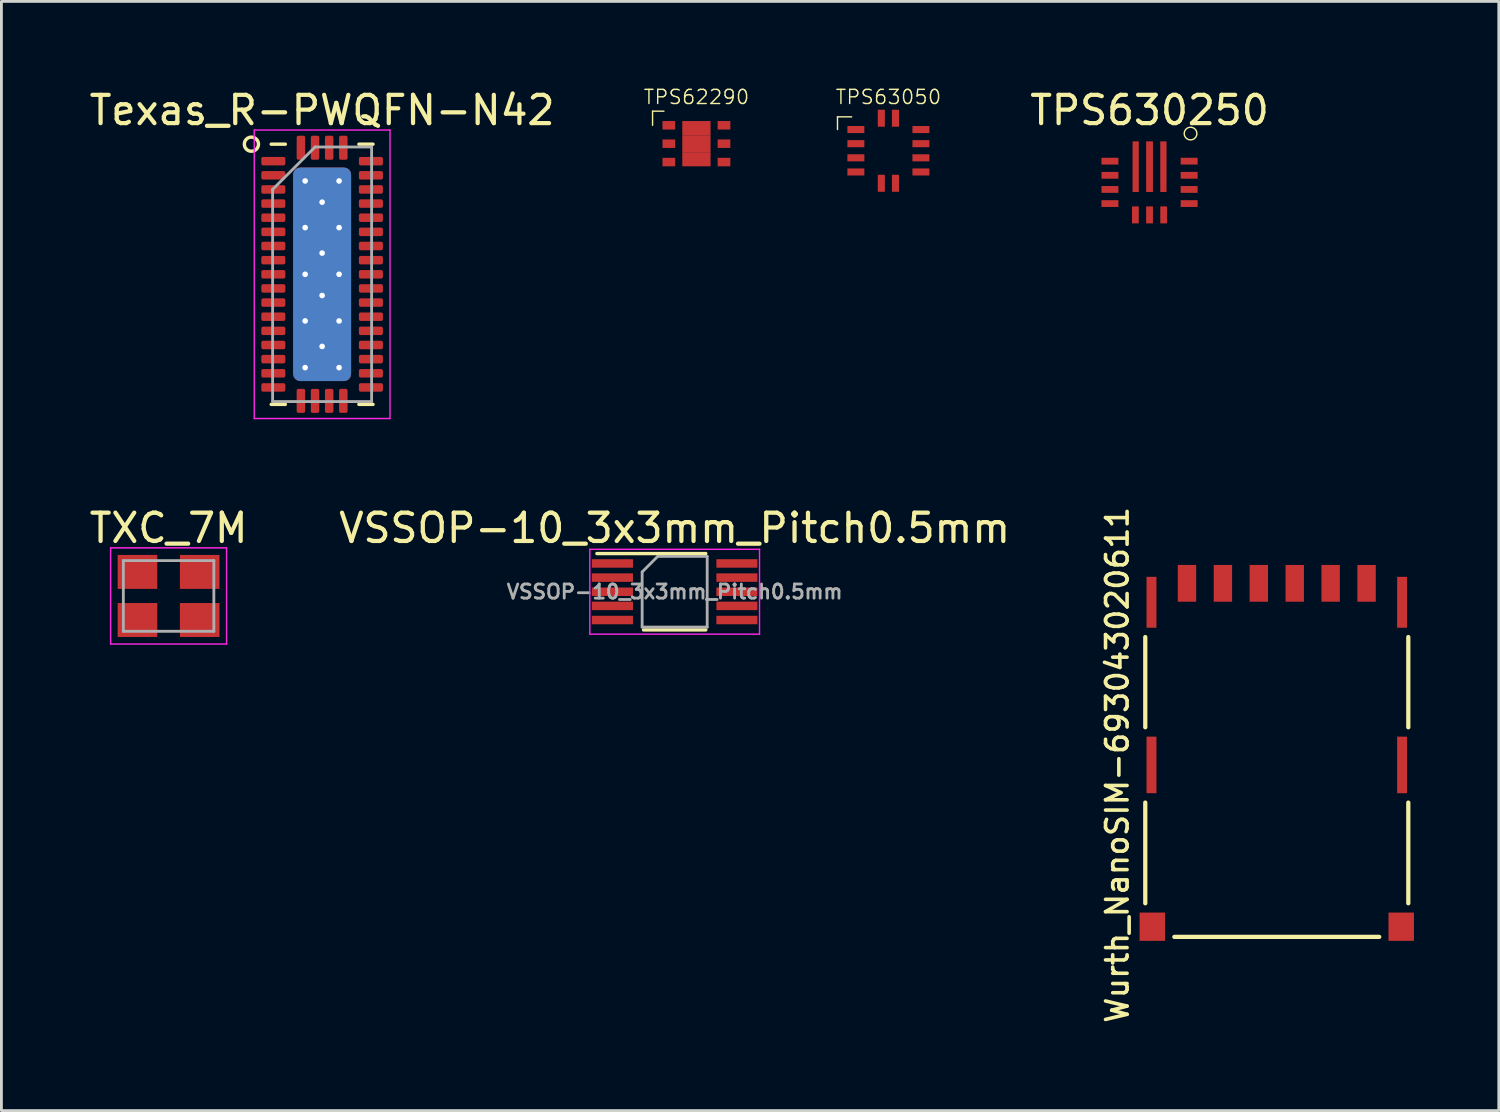
<source format=kicad_pcb>
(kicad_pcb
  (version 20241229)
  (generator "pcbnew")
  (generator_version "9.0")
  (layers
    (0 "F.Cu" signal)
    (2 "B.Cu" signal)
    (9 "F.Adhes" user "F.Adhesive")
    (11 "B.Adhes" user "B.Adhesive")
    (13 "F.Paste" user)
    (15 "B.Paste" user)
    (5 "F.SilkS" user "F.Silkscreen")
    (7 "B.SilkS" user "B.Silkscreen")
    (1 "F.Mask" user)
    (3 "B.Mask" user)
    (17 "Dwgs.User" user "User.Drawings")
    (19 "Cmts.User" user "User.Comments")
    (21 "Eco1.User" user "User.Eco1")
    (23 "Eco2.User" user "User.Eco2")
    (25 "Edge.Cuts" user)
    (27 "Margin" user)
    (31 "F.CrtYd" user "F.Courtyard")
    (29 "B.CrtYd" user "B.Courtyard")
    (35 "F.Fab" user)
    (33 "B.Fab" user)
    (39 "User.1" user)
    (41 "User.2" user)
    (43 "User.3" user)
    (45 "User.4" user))
  (footprint "VSSOP-10_3x3mm_Pitch0.5mm"
    (layer "F.Cu")
    (at 20.804 17.872)
    (property "Reference" "VSSOP-10_3x3mm_Pitch0.5mm" (at 0 -2.25 0) (layer "F.SilkS") (effects (font (size 1 1) (thickness 0.15))))
    (attr smd)
    (fp_line (start 1.1 -1.35) (end -2.75 -1.35) (stroke (width 0.12) (type solid)) (layer "F.SilkS"))
    (fp_line (start 1.1 1.35) (end -1.1 1.35) (stroke (width 0.12) (type solid)) (layer "F.SilkS"))
    (fp_line (start -3 -1.5) (end 3 -1.5) (stroke (width 0.05) (type solid)) (layer "F.CrtYd"))
    (fp_line (start -3 1.5) (end -3 -1.5) (stroke (width 0.05) (type solid)) (layer "F.CrtYd"))
    (fp_line (start 3 -1.5) (end 3 1.5) (stroke (width 0.05) (type solid)) (layer "F.CrtYd"))
    (fp_line (start 3 1.5) (end -3 1.5) (stroke (width 0.05) (type solid)) (layer "F.CrtYd"))
    (fp_line (start -1.15 1.25) (end -1.15 -0.7) (stroke (width 0.1) (type solid)) (layer "F.Fab"))
    (fp_line (start -0.6 -1.25) (end -1.15 -0.7) (stroke (width 0.1) (type solid)) (layer "F.Fab"))
    (fp_line (start -0.6 -1.25) (end 1.15 -1.25) (stroke (width 0.1) (type solid)) (layer "F.Fab"))
    (fp_line (start 1.15 -1.25) (end 1.15 1.25) (stroke (width 0.1) (type solid)) (layer "F.Fab"))
    (fp_line (start 1.15 1.25) (end -1.15 1.25) (stroke (width 0.1) (type solid)) (layer "F.Fab"))
    (fp_text user "${REFERENCE}" (at 0 0 0) (layer "F.Fab") (effects (font (size 0.5 0.5) (thickness 0.1))))
    (pad "1" smd rect (at -2.2 -1) (size 1.45 0.3) (layers "F.Cu" "F.Mask" "F.Paste"))
    (pad "2" smd rect (at -2.2 -0.5) (size 1.45 0.3) (layers "F.Cu" "F.Mask" "F.Paste"))
    (pad "3" smd rect (at -2.2 0) (size 1.45 0.3) (layers "F.Cu" "F.Mask" "F.Paste"))
    (pad "4" smd rect (at -2.2 0.5) (size 1.45 0.3) (layers "F.Cu" "F.Mask" "F.Paste"))
    (pad "5" smd rect (at -2.2 1) (size 1.45 0.3) (layers "F.Cu" "F.Mask" "F.Paste"))
    (pad "6" smd rect (at 2.2 1) (size 1.45 0.3) (layers "F.Cu" "F.Mask" "F.Paste"))
    (pad "7" smd rect (at 2.2 0.5) (size 1.45 0.3) (layers "F.Cu" "F.Mask" "F.Paste"))
    (pad "8" smd rect (at 2.2 0) (size 1.45 0.3) (layers "F.Cu" "F.Mask" "F.Paste"))
    (pad "9" smd rect (at 2.2 -0.5) (size 1.45 0.3) (layers "F.Cu" "F.Mask" "F.Paste"))
    (pad "10" smd rect (at 2.2 -1) (size 1.45 0.3) (layers "F.Cu" "F.Mask" "F.Paste")))
  (footprint "TPS63050"
    (layer "F.Cu")
    (at 28.361 2.28)
    (property "Reference" "TPS63050" (at 0 -1.9 0) (layer "F.SilkS") (effects (font (size 0.5 0.5) (thickness 0.05))))
    (attr through_hole)
    (fp_line (start -1.8 -1.2) (end -1.3 -1.2) (stroke (width 0.05) (type solid)) (layer "F.SilkS"))
    (fp_line (start -1.8 -0.75) (end -1.8 -1.2) (stroke (width 0.05) (type solid)) (layer "F.SilkS"))
    (pad "1" smd rect (at -1.15 -0.75) (size 0.6 0.25) (layers "F.Cu" "F.Mask" "F.Paste"))
    (pad "2" smd rect (at -1.15 -0.25) (size 0.6 0.25) (layers "F.Cu" "F.Mask" "F.Paste"))
    (pad "3" smd rect (at -1.15 0.25) (size 0.6 0.25) (layers "F.Cu" "F.Mask" "F.Paste"))
    (pad "4" smd rect (at -1.15 0.75) (size 0.6 0.25) (layers "F.Cu" "F.Mask" "F.Paste"))
    (pad "5" smd rect (at -0.25 1.15) (size 0.25 0.6) (layers "F.Cu" "F.Mask" "F.Paste"))
    (pad "6" smd rect (at 0.25 1.15) (size 0.25 0.6) (layers "F.Cu" "F.Mask" "F.Paste"))
    (pad "7" smd rect (at 1.15 0.75) (size 0.6 0.25) (layers "F.Cu" "F.Mask" "F.Paste"))
    (pad "8" smd rect (at 1.15 0.25) (size 0.6 0.25) (layers "F.Cu" "F.Mask" "F.Paste"))
    (pad "9" smd rect (at 1.15 -0.25) (size 0.6 0.25) (layers "F.Cu" "F.Mask" "F.Paste"))
    (pad "10" smd rect (at 1.15 -0.75) (size 0.6 0.25) (layers "F.Cu" "F.Mask" "F.Paste"))
    (pad "11" smd rect (at 0.25 -1.15) (size 0.25 0.6) (layers "F.Cu" "F.Mask" "F.Paste"))
    (pad "12" smd rect (at -0.25 -1.15) (size 0.25 0.6) (layers "F.Cu" "F.Mask" "F.Paste")))
  (footprint "Wurth_NanoSIM-693043020611"
    (layer "F.Cu")
    (at 42.093 23.995)
    (property "Reference" "Wurth_NanoSIM-693043020611" (at -5.639 0 90) (layer "F.SilkS") (effects (font (size 0.762 0.762) (thickness 0.127))))
    (attr through_hole)
    (fp_line (start -4.65 -1.331) (end -4.65 -4.521) (stroke (width 0.15) (type solid)) (layer "F.SilkS"))
    (fp_line (start -4.65 4.892) (end -4.65 1.331) (stroke (width 0.15) (type solid)) (layer "F.SilkS"))
    (fp_line (start -3.622 6.08) (end 3.622 6.08) (stroke (width 0.15) (type solid)) (layer "F.SilkS"))
    (fp_line (start 4.65 -1.331) (end 4.65 -4.521) (stroke (width 0.15) (type solid)) (layer "F.SilkS"))
    (fp_line (start 4.65 4.892) (end 4.65 1.331) (stroke (width 0.15) (type solid)) (layer "F.SilkS"))
    (pad "0" smd rect (at -4.43 -5.75) (size 0.35 1.8) (layers "F.Cu" "F.Mask" "F.Paste"))
    (pad "0" smd rect (at -4.43 0) (size 0.35 2) (layers "F.Cu" "F.Mask" "F.Paste"))
    (pad "0" smd rect (at -4.4 5.72) (size 0.9 1) (layers "F.Cu" "F.Mask" "F.Paste"))
    (pad "0" smd rect (at 4.4 5.72) (size 0.9 1) (layers "F.Cu" "F.Mask" "F.Paste"))
    (pad "0" smd rect (at 4.43 -5.75) (size 0.35 1.8) (layers "F.Cu" "F.Mask" "F.Paste"))
    (pad "0" smd rect (at 4.43 0) (size 0.35 2) (layers "F.Cu" "F.Mask" "F.Paste"))
    (pad "1" smd rect (at -1.905 -6.42) (size 0.65 1.3) (layers "F.Cu" "F.Mask" "F.Paste"))
    (pad "2" smd rect (at 0.635 -6.42) (size 0.65 1.3) (layers "F.Cu" "F.Mask" "F.Paste"))
    (pad "3" smd rect (at 1.905 -6.42) (size 0.65 1.3) (layers "F.Cu" "F.Mask" "F.Paste"))
    (pad "5" smd rect (at -3.175 -6.42) (size 0.65 1.3) (layers "F.Cu" "F.Mask" "F.Paste"))
    (pad "6" smd rect (at -0.635 -6.42) (size 0.65 1.3) (layers "F.Cu" "F.Mask" "F.Paste"))
    (pad "7" smd rect (at 3.175 -6.42) (size 0.65 1.3) (layers "F.Cu" "F.Mask" "F.Paste")))
  (footprint "TXC_7M"
    (layer "F.Cu")
    (at 2.911 18.021)
    (property "Reference" "TXC_7M" (at 0 -2.4 0) (layer "F.SilkS") (effects (font (size 1 1) (thickness 0.15))))
    (attr through_hole)
    (fp_line (start -2.05 -1.7) (end 2.05 -1.7) (stroke (width 0.05) (type solid)) (layer "F.CrtYd"))
    (fp_line (start -2.05 1.7) (end -2.05 -1.7) (stroke (width 0.05) (type solid)) (layer "F.CrtYd"))
    (fp_line (start 2.05 -1.7) (end 2.05 1.7) (stroke (width 0.05) (type solid)) (layer "F.CrtYd"))
    (fp_line (start 2.05 1.7) (end -2.05 1.7) (stroke (width 0.05) (type solid)) (layer "F.CrtYd"))
    (fp_line (start -1.6 -1.25) (end -1.6 1.25) (stroke (width 0.1) (type solid)) (layer "F.Fab"))
    (fp_line (start -1.6 1.25) (end 1.6 1.25) (stroke (width 0.1) (type solid)) (layer "F.Fab"))
    (fp_line (start 1.6 -1.25) (end -1.6 -1.25) (stroke (width 0.1) (type solid)) (layer "F.Fab"))
    (fp_line (start 1.6 1.25) (end 1.6 -1.25) (stroke (width 0.1) (type solid)) (layer "F.Fab"))
    (pad "1" smd rect (at -1.1 0.85) (size 1.4 1.2) (layers "F.Cu" "F.Mask" "F.Paste"))
    (pad "2" smd rect (at 1.1 -0.85) (size 1.4 1.2) (layers "F.Cu" "F.Mask" "F.Paste"))
    (pad "3" smd rect (at -1.1 -0.85) (size 1.4 1.2) (layers "F.Cu" "F.Mask" "F.Paste"))
    (pad "3" smd rect (at 1.1 0.85) (size 1.4 1.2) (layers "F.Cu" "F.Mask" "F.Paste")))
  (footprint "Texas_R-PWQFN-N42"
    (layer "F.Cu")
    (at 8.339 6.648)
    (property "Reference" "Texas_R-PWQFN-N42" (at 0 -5.8 0) (layer "F.SilkS") (effects (font (size 1 1) (thickness 0.15))))
    (attr through_hole)
    (fp_line (start -1.8 -4.6) (end -1.3 -4.6) (stroke (width 0.12) (type solid)) (layer "F.SilkS"))
    (fp_line (start -1.8 4.6) (end -1.3 4.6) (stroke (width 0.12) (type solid)) (layer "F.SilkS"))
    (fp_line (start 1.3 4.6) (end 1.8 4.6) (stroke (width 0.12) (type solid)) (layer "F.SilkS"))
    (fp_line (start 1.8 -4.6) (end 1.3 -4.6) (stroke (width 0.12) (type solid)) (layer "F.SilkS"))
    (fp_circle (center -2.5 -4.6) (end -2.25 -4.6) (stroke (width 0.12) (type solid)) (fill no) (layer "F.SilkS"))
    (fp_line (start -2.4 -5.1) (end -2.4 5.1) (stroke (width 0.05) (type solid)) (layer "F.CrtYd"))
    (fp_line (start -2.4 5.1) (end 2.4 5.1) (stroke (width 0.05) (type solid)) (layer "F.CrtYd"))
    (fp_line (start 2.4 -5.1) (end -2.4 -5.1) (stroke (width 0.05) (type solid)) (layer "F.CrtYd"))
    (fp_line (start 2.4 5.1) (end 2.4 -5.1) (stroke (width 0.05) (type solid)) (layer "F.CrtYd"))
    (fp_line (start -1.75 -3) (end -1.75 4.5) (stroke (width 0.1) (type solid)) (layer "F.Fab"))
    (fp_line (start -1.75 4.5) (end 1.75 4.5) (stroke (width 0.1) (type solid)) (layer "F.Fab"))
    (fp_line (start -0.25 -4.5) (end -1.75 -3) (stroke (width 0.1) (type solid)) (layer "F.Fab"))
    (fp_line (start 1.75 -4.5) (end -0.25 -4.5) (stroke (width 0.1) (type solid)) (layer "F.Fab"))
    (fp_line (start 1.75 4.5) (end 1.75 -4.5) (stroke (width 0.1) (type solid)) (layer "F.Fab"))
    (pad "" smd roundrect (at -0.525 -3.125) (size 0.8 1) (layers "F.Paste") (roundrect_rratio 0.25))
    (pad "" smd roundrect (at -0.525 -1.875) (size 0.8 1) (layers "F.Paste") (roundrect_rratio 0.25))
    (pad "" smd roundrect (at -0.525 -0.625) (size 0.8 1) (layers "F.Paste") (roundrect_rratio 0.25))
    (pad "" smd roundrect (at -0.525 0.625) (size 0.8 1) (layers "F.Paste") (roundrect_rratio 0.25))
    (pad "" smd roundrect (at -0.525 1.875) (size 0.8 1) (layers "F.Paste") (roundrect_rratio 0.25))
    (pad "" smd roundrect (at -0.525 3.125) (size 0.8 1) (layers "F.Paste") (roundrect_rratio 0.25))
    (pad "" smd roundrect (at 0.525 -3.125) (size 0.8 1) (layers "F.Paste") (roundrect_rratio 0.25))
    (pad "" smd roundrect (at 0.525 -1.875) (size 0.8 1) (layers "F.Paste") (roundrect_rratio 0.25))
    (pad "" smd roundrect (at 0.525 -0.625) (size 0.8 1) (layers "F.Paste") (roundrect_rratio 0.25))
    (pad "" smd roundrect (at 0.525 0.625) (size 0.8 1) (layers "F.Paste") (roundrect_rratio 0.25))
    (pad "" smd roundrect (at 0.525 1.875) (size 0.8 1) (layers "F.Paste") (roundrect_rratio 0.25))
    (pad "" smd roundrect (at 0.525 3.125) (size 0.8 1) (layers "F.Paste") (roundrect_rratio 0.25))
    (pad "1" smd roundrect (at -1.725 -4) (size 0.85 0.3) (layers "F.Cu" "F.Mask" "F.Paste") (roundrect_rratio 0.208))
    (pad "2" smd roundrect (at -1.725 -3.5) (size 0.85 0.3) (layers "F.Cu" "F.Mask" "F.Paste") (roundrect_rratio 0.208))
    (pad "3" smd roundrect (at -1.725 -3) (size 0.85 0.3) (layers "F.Cu" "F.Mask" "F.Paste") (roundrect_rratio 0.208))
    (pad "4" smd roundrect (at -1.725 -2.5) (size 0.85 0.3) (layers "F.Cu" "F.Mask" "F.Paste") (roundrect_rratio 0.208))
    (pad "5" smd roundrect (at -1.725 -2) (size 0.85 0.3) (layers "F.Cu" "F.Mask" "F.Paste") (roundrect_rratio 0.208))
    (pad "6" smd roundrect (at -1.725 -1.5) (size 0.85 0.3) (layers "F.Cu" "F.Mask" "F.Paste") (roundrect_rratio 0.208))
    (pad "7" smd roundrect (at -1.725 -1) (size 0.85 0.3) (layers "F.Cu" "F.Mask" "F.Paste") (roundrect_rratio 0.208))
    (pad "8" smd roundrect (at -1.725 -0.5) (size 0.85 0.3) (layers "F.Cu" "F.Mask" "F.Paste") (roundrect_rratio 0.208))
    (pad "9" smd roundrect (at -1.725 0) (size 0.85 0.3) (layers "F.Cu" "F.Mask" "F.Paste") (roundrect_rratio 0.208))
    (pad "10" smd roundrect (at -1.725 0.5) (size 0.85 0.3) (layers "F.Cu" "F.Mask" "F.Paste") (roundrect_rratio 0.208))
    (pad "11" smd roundrect (at -1.725 1) (size 0.85 0.3) (layers "F.Cu" "F.Mask" "F.Paste") (roundrect_rratio 0.208))
    (pad "12" smd roundrect (at -1.725 1.5) (size 0.85 0.3) (layers "F.Cu" "F.Mask" "F.Paste") (roundrect_rratio 0.208))
    (pad "13" smd roundrect (at -1.725 2) (size 0.85 0.3) (layers "F.Cu" "F.Mask" "F.Paste") (roundrect_rratio 0.208))
    (pad "14" smd roundrect (at -1.725 2.5) (size 0.85 0.3) (layers "F.Cu" "F.Mask" "F.Paste") (roundrect_rratio 0.208))
    (pad "15" smd roundrect (at -1.725 3) (size 0.85 0.3) (layers "F.Cu" "F.Mask" "F.Paste") (roundrect_rratio 0.208))
    (pad "16" smd roundrect (at -1.725 3.5) (size 0.85 0.3) (layers "F.Cu" "F.Mask" "F.Paste") (roundrect_rratio 0.208))
    (pad "17" smd roundrect (at -1.725 4) (size 0.85 0.3) (layers "F.Cu" "F.Mask" "F.Paste") (roundrect_rratio 0.208))
    (pad "18" smd roundrect (at -0.75 4.475) (size 0.3 0.85) (layers "F.Cu" "F.Mask" "F.Paste") (roundrect_rratio 0.208))
    (pad "19" smd roundrect (at -0.25 4.475) (size 0.3 0.85) (layers "F.Cu" "F.Mask" "F.Paste") (roundrect_rratio 0.208))
    (pad "20" smd roundrect (at 0.25 4.475) (size 0.3 0.85) (layers "F.Cu" "F.Mask" "F.Paste") (roundrect_rratio 0.208))
    (pad "21" smd roundrect (at 0.75 4.475) (size 0.3 0.85) (layers "F.Cu" "F.Mask" "F.Paste") (roundrect_rratio 0.208))
    (pad "22" smd roundrect (at 1.725 4) (size 0.85 0.3) (layers "F.Cu" "F.Mask" "F.Paste") (roundrect_rratio 0.208))
    (pad "23" smd roundrect (at 1.725 3.5) (size 0.85 0.3) (layers "F.Cu" "F.Mask" "F.Paste") (roundrect_rratio 0.208))
    (pad "24" smd roundrect (at 1.725 3) (size 0.85 0.3) (layers "F.Cu" "F.Mask" "F.Paste") (roundrect_rratio 0.208))
    (pad "25" smd roundrect (at 1.725 2.5) (size 0.85 0.3) (layers "F.Cu" "F.Mask" "F.Paste") (roundrect_rratio 0.208))
    (pad "26" smd roundrect (at 1.725 2) (size 0.85 0.3) (layers "F.Cu" "F.Mask" "F.Paste") (roundrect_rratio 0.208))
    (pad "27" smd roundrect (at 1.725 1.5) (size 0.85 0.3) (layers "F.Cu" "F.Mask" "F.Paste") (roundrect_rratio 0.208))
    (pad "28" smd roundrect (at 1.725 1) (size 0.85 0.3) (layers "F.Cu" "F.Mask" "F.Paste") (roundrect_rratio 0.208))
    (pad "29" smd roundrect (at 1.725 0.5) (size 0.85 0.3) (layers "F.Cu" "F.Mask" "F.Paste") (roundrect_rratio 0.208))
    (pad "30" smd roundrect (at 1.725 0) (size 0.85 0.3) (layers "F.Cu" "F.Mask" "F.Paste") (roundrect_rratio 0.208))
    (pad "31" smd roundrect (at 1.725 -0.5) (size 0.85 0.3) (layers "F.Cu" "F.Mask" "F.Paste") (roundrect_rratio 0.208))
    (pad "32" smd roundrect (at 1.725 -1) (size 0.85 0.3) (layers "F.Cu" "F.Mask" "F.Paste") (roundrect_rratio 0.208))
    (pad "33" smd roundrect (at 1.725 -1.5) (size 0.85 0.3) (layers "F.Cu" "F.Mask" "F.Paste") (roundrect_rratio 0.208))
    (pad "34" smd roundrect (at 1.725 -2) (size 0.85 0.3) (layers "F.Cu" "F.Mask" "F.Paste") (roundrect_rratio 0.208))
    (pad "35" smd roundrect (at 1.725 -2.5) (size 0.85 0.3) (layers "F.Cu" "F.Mask" "F.Paste") (roundrect_rratio 0.208))
    (pad "36" smd roundrect (at 1.725 -3) (size 0.85 0.3) (layers "F.Cu" "F.Mask" "F.Paste") (roundrect_rratio 0.208))
    (pad "37" smd roundrect (at 1.725 -3.5) (size 0.85 0.3) (layers "F.Cu" "F.Mask" "F.Paste") (roundrect_rratio 0.208))
    (pad "38" smd roundrect (at 1.725 -4) (size 0.85 0.3) (layers "F.Cu" "F.Mask" "F.Paste") (roundrect_rratio 0.208))
    (pad "39" smd roundrect (at 0.75 -4.475) (size 0.3 0.85) (layers "F.Cu" "F.Mask" "F.Paste") (roundrect_rratio 0.208))
    (pad "40" smd roundrect (at 0.25 -4.475) (size 0.3 0.85) (layers "F.Cu" "F.Mask" "F.Paste") (roundrect_rratio 0.208))
    (pad "41" smd roundrect (at -0.25 -4.475) (size 0.3 0.85) (layers "F.Cu" "F.Mask" "F.Paste") (roundrect_rratio 0.208))
    (pad "42" smd roundrect (at -0.75 -4.475) (size 0.3 0.85) (layers "F.Cu" "F.Mask" "F.Paste") (roundrect_rratio 0.208))
    (pad "43" thru_hole circle (at -0.6 -3.3) (size 0.5 0.5) (drill 0.2) (layers "*.Cu"))
    (pad "43" thru_hole circle (at -0.6 -1.65) (size 0.5 0.5) (drill 0.2) (layers "*.Cu"))
    (pad "43" thru_hole circle (at -0.6 0) (size 0.5 0.5) (drill 0.2) (layers "*.Cu"))
    (pad "43" thru_hole circle (at -0.6 1.65) (size 0.5 0.5) (drill 0.2) (layers "*.Cu"))
    (pad "43" thru_hole circle (at -0.6 3.3) (size 0.5 0.5) (drill 0.2) (layers "*.Cu"))
    (pad "43" thru_hole circle (at 0 -2.55) (size 0.5 0.5) (drill 0.2) (layers "*.Cu"))
    (pad "43" thru_hole circle (at 0 -0.75) (size 0.5 0.5) (drill 0.2) (layers "*.Cu"))
    (pad "43" smd roundrect (at 0 0) (size 2.05 7.55) (layers "F.Cu" "F.Mask") (roundrect_rratio 0.122))
    (pad "43" smd roundrect (at 0 0) (size 2.05 7.55) (layers "B.Cu") (roundrect_rratio 0.122))
    (pad "43" thru_hole circle (at 0 0.75) (size 0.5 0.5) (drill 0.2) (layers "*.Cu"))
    (pad "43" thru_hole circle (at 0 2.55) (size 0.5 0.5) (drill 0.2) (layers "*.Cu"))
    (pad "43" thru_hole circle (at 0.6 -3.3) (size 0.5 0.5) (drill 0.2) (layers "*.Cu"))
    (pad "43" thru_hole circle (at 0.6 -1.65) (size 0.5 0.5) (drill 0.2) (layers "*.Cu"))
    (pad "43" thru_hole circle (at 0.6 0) (size 0.5 0.5) (drill 0.2) (layers "*.Cu"))
    (pad "43" thru_hole circle (at 0.6 1.65) (size 0.5 0.5) (drill 0.2) (layers "*.Cu"))
    (pad "43" thru_hole circle (at 0.6 3.3) (size 0.5 0.5) (drill 0.2) (layers "*.Cu")))
  (footprint "TPS62290"
    (layer "F.Cu")
    (at 21.573 2.03)
    (property "Reference" "TPS62290" (at 0 -1.65 0) (layer "F.SilkS") (effects (font (size 0.5 0.5) (thickness 0.05))))
    (attr through_hole)
    (fp_line (start -1.55 -1.15) (end -1.55 -0.65) (stroke (width 0.05) (type solid)) (layer "F.SilkS"))
    (fp_line (start -1.15 -1.15) (end -1.55 -1.15) (stroke (width 0.05) (type solid)) (layer "F.SilkS"))
    (pad "1" smd rect (at -0.975 -0.65) (size 0.45 0.3) (layers "F.Cu" "F.Mask" "F.Paste"))
    (pad "2" smd rect (at -0.975 0) (size 0.45 0.3) (layers "F.Cu" "F.Mask" "F.Paste"))
    (pad "3" smd rect (at -0.975 0.65) (size 0.45 0.3) (layers "F.Cu" "F.Mask" "F.Paste"))
    (pad "4" smd rect (at 0.975 0.65) (size 0.45 0.3) (layers "F.Cu" "F.Mask" "F.Paste"))
    (pad "5" smd rect (at 0.975 0) (size 0.45 0.3) (layers "F.Cu" "F.Mask" "F.Paste"))
    (pad "6" smd rect (at 0.975 -0.65) (size 0.45 0.3) (layers "F.Cu" "F.Mask" "F.Paste"))
    (pad "7" smd rect (at 0 -0.55) (size 1 0.5) (layers "F.Cu" "F.Mask" "F.Paste"))
    (pad "7" smd rect (at 0 0) (size 1 0.6) (layers "F.Cu" "F.Mask" "F.Paste"))
    (pad "7" smd rect (at 0 0.55) (size 1 0.5) (layers "F.Cu" "F.Mask" "F.Paste")))
  (footprint "TPS630250"
    (layer "F.Cu")
    (at 37.594 3.398)
    (property "Reference" "TPS630250" (at 0 -2.55 0) (layer "F.SilkS") (effects (font (size 1 1) (thickness 0.15))))
    (attr through_hole)
    (fp_circle (center 1.45 -1.726) (end 1.65 -1.826) (stroke (width 0.05) (type solid)) (fill no) (layer "F.SilkS"))
    (pad "1" smd rect (at 0.49 -0.555) (size 0.22 1.79) (layers "F.Cu" "F.Mask" "F.Paste"))
    (pad "2" smd rect (at 0 -0.555) (size 0.24 1.79) (layers "F.Cu" "F.Mask" "F.Paste"))
    (pad "3" smd rect (at -0.49 -0.555) (size 0.22 1.79) (layers "F.Cu" "F.Mask" "F.Paste"))
    (pad "4" smd rect (at -1.4 -0.75) (size 0.6 0.24) (layers "F.Cu" "F.Mask" "F.Paste"))
    (pad "5" smd rect (at -1.4 -0.25) (size 0.6 0.24) (layers "F.Cu" "F.Mask" "F.Paste"))
    (pad "6" smd rect (at -1.4 0.25) (size 0.6 0.24) (layers "F.Cu" "F.Mask" "F.Paste"))
    (pad "7" smd rect (at -1.4 0.75) (size 0.6 0.24) (layers "F.Cu" "F.Mask" "F.Paste"))
    (pad "8" smd rect (at -0.5 1.15) (size 0.24 0.6) (layers "F.Cu" "F.Mask" "F.Paste"))
    (pad "9" smd rect (at 0 1.15) (size 0.24 0.6) (layers "F.Cu" "F.Mask" "F.Paste"))
    (pad "10" smd rect (at 0.5 1.15) (size 0.24 0.6) (layers "F.Cu" "F.Mask" "F.Paste"))
    (pad "11" smd rect (at 1.4 0.75) (size 0.6 0.24) (layers "F.Cu" "F.Mask" "F.Paste"))
    (pad "12" smd rect (at 1.4 0.25) (size 0.6 0.24) (layers "F.Cu" "F.Mask" "F.Paste"))
    (pad "13" smd rect (at 1.4 -0.25) (size 0.6 0.24) (layers "F.Cu" "F.Mask" "F.Paste"))
    (pad "14" smd rect (at 1.4 -0.75) (size 0.6 0.24) (layers "F.Cu" "F.Mask" "F.Paste")))
  (gr_rect
    (start -3 -3)
    (end 49.943 36.217)
    (stroke (width 0.1) (type default))
    (fill no)
    (layer "Edge.Cuts")))
</source>
